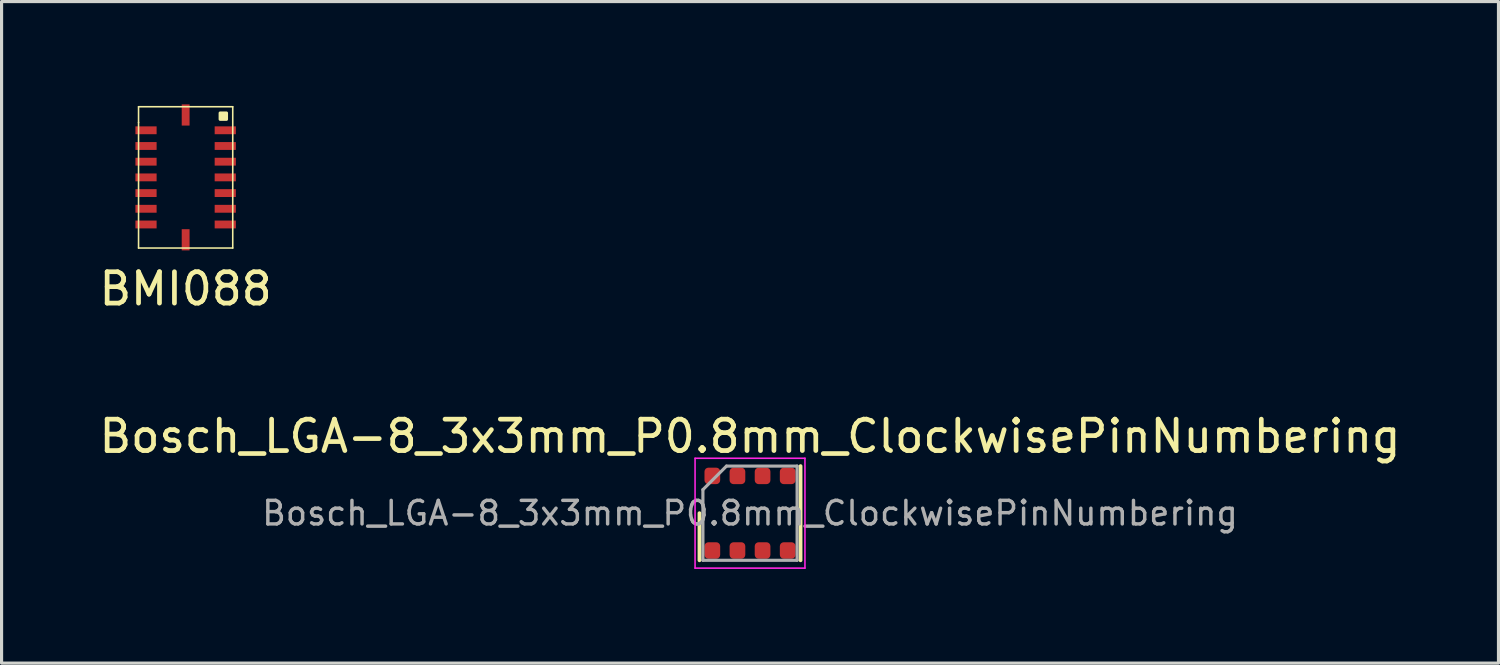
<source format=kicad_pcb>
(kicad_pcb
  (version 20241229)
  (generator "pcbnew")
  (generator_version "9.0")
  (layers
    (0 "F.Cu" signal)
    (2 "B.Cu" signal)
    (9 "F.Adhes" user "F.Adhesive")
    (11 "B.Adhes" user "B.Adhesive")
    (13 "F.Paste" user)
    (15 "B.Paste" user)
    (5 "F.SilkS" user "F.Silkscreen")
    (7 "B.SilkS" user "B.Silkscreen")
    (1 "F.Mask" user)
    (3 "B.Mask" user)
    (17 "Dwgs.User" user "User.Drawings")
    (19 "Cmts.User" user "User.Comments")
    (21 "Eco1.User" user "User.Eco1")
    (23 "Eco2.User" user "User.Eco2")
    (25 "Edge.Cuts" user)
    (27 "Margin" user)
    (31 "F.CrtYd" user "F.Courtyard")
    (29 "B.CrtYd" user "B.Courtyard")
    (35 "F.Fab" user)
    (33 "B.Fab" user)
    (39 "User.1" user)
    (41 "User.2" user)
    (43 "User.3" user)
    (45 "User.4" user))
  (footprint "BMI088"
    (layer "F.Cu")
    (at 2.863 0.25)
    (property "Reference" "BMI088" (at 0 5.9 0) (layer "F.SilkS") (effects (font (size 1 1) (thickness 0.15))))
    (attr through_hole)
    (fp_line (start -1.5 0.1) (end 1.5 0.1) (stroke (width 0.05) (type solid)) (layer "F.SilkS"))
    (fp_line (start -1.5 0.6) (end -1.5 0.1) (stroke (width 0.05) (type solid)) (layer "F.SilkS"))
    (fp_line (start -1.5 4.6) (end -1.5 0.6) (stroke (width 0.05) (type solid)) (layer "F.SilkS"))
    (fp_line (start 1.5 0.1) (end 1.5 4.6) (stroke (width 0.05) (type solid)) (layer "F.SilkS"))
    (fp_line (start 1.5 4.6) (end -1.5 4.6) (stroke (width 0.05) (type solid)) (layer "F.SilkS"))
    (fp_poly (pts (xy 1.3 0.5) (xy 1.1 0.5) (xy 1.1 0.3) (xy 1.3 0.3)) (stroke (width 0.1) (type solid)) (fill yes) (layer "F.SilkS"))
    (pad "1" smd rect (at 1.262 0.85) (size 0.675 0.25) (layers "F.Cu" "F.Mask" "F.Paste"))
    (pad "2" smd rect (at 1.262 1.35) (size 0.675 0.25) (layers "F.Cu" "F.Mask" "F.Paste"))
    (pad "3" smd rect (at 1.262 1.85) (size 0.675 0.25) (layers "F.Cu" "F.Mask" "F.Paste"))
    (pad "4" smd rect (at 1.262 2.35) (size 0.675 0.25) (layers "F.Cu" "F.Mask" "F.Paste"))
    (pad "5" smd rect (at 1.262 2.85) (size 0.675 0.25) (layers "F.Cu" "F.Mask" "F.Paste"))
    (pad "6" smd rect (at 1.262 3.35) (size 0.675 0.25) (layers "F.Cu" "F.Mask" "F.Paste"))
    (pad "7" smd rect (at 1.262 3.85) (size 0.675 0.25) (layers "F.Cu" "F.Mask" "F.Paste"))
    (pad "8" smd rect (at 0 4.338 90) (size 0.675 0.25) (layers "F.Cu" "F.Mask" "F.Paste"))
    (pad "9" smd rect (at -1.262 3.85 180) (size 0.675 0.25) (layers "F.Cu" "F.Mask" "F.Paste"))
    (pad "10" smd rect (at -1.262 3.35 180) (size 0.675 0.25) (layers "F.Cu" "F.Mask" "F.Paste"))
    (pad "11" smd rect (at -1.262 2.85 180) (size 0.675 0.25) (layers "F.Cu" "F.Mask" "F.Paste"))
    (pad "12" smd rect (at -1.262 2.35 180) (size 0.675 0.25) (layers "F.Cu" "F.Mask" "F.Paste"))
    (pad "13" smd rect (at -1.262 1.85 180) (size 0.675 0.25) (layers "F.Cu" "F.Mask" "F.Paste"))
    (pad "14" smd rect (at -1.262 1.35 180) (size 0.675 0.25) (layers "F.Cu" "F.Mask" "F.Paste"))
    (pad "15" smd rect (at -1.262 0.85 180) (size 0.675 0.25) (layers "F.Cu" "F.Mask" "F.Paste"))
    (pad "16" smd rect (at 0 0.362 270) (size 0.675 0.25) (layers "F.Cu" "F.Mask" "F.Paste")))
  (footprint "Bosch_LGA-8_3x3mm_P0.8mm_ClockwisePinNumbering"
    (layer "F.Cu")
    (at 20.839 13.296)
    (property "Reference" "Bosch_LGA-8_3x3mm_P0.8mm_ClockwisePinNumbering" (at 0 -2.45 0) (layer "F.SilkS") (effects (font (size 1 1) (thickness 0.15))))
    (attr smd)
    (fp_line (start -1.61 0) (end -1.61 1.5) (stroke (width 0.12) (type solid)) (layer "F.SilkS"))
    (fp_line (start 1.61 -1.5) (end 1.61 1.5) (stroke (width 0.12) (type solid)) (layer "F.SilkS"))
    (fp_line (start -1.75 -1.75) (end -1.75 1.75) (stroke (width 0.05) (type solid)) (layer "F.CrtYd"))
    (fp_line (start -1.75 1.75) (end 1.75 1.75) (stroke (width 0.05) (type solid)) (layer "F.CrtYd"))
    (fp_line (start 1.75 -1.75) (end -1.75 -1.75) (stroke (width 0.05) (type solid)) (layer "F.CrtYd"))
    (fp_line (start 1.75 1.75) (end 1.75 -1.75) (stroke (width 0.05) (type solid)) (layer "F.CrtYd"))
    (fp_line (start -1.5 -0.75) (end -0.75 -1.5) (stroke (width 0.1) (type solid)) (layer "F.Fab"))
    (fp_line (start -1.5 1.5) (end -1.5 -0.75) (stroke (width 0.1) (type solid)) (layer "F.Fab"))
    (fp_line (start -0.75 -1.5) (end 1.5 -1.5) (stroke (width 0.1) (type solid)) (layer "F.Fab"))
    (fp_line (start 1.5 -1.5) (end 1.5 1.5) (stroke (width 0.1) (type solid)) (layer "F.Fab"))
    (fp_line (start 1.5 1.5) (end -1.5 1.5) (stroke (width 0.1) (type solid)) (layer "F.Fab"))
    (fp_text user "${REFERENCE}" (at 0 0 0) (layer "F.Fab") (effects (font (size 0.75 0.75) (thickness 0.11))))
    (pad "1" smd roundrect (at -1.2 -1.188) (size 0.5 0.525) (layers "F.Cu" "F.Mask" "F.Paste") (roundrect_rratio 0.25))
    (pad "2" smd roundrect (at -0.4 -1.188) (size 0.5 0.525) (layers "F.Cu" "F.Mask" "F.Paste") (roundrect_rratio 0.25))
    (pad "3" smd roundrect (at 0.4 -1.188) (size 0.5 0.525) (layers "F.Cu" "F.Mask" "F.Paste") (roundrect_rratio 0.25))
    (pad "4" smd roundrect (at 1.2 -1.188) (size 0.5 0.525) (layers "F.Cu" "F.Mask" "F.Paste") (roundrect_rratio 0.25))
    (pad "5" smd roundrect (at 1.2 1.188) (size 0.5 0.525) (layers "F.Cu" "F.Mask" "F.Paste") (roundrect_rratio 0.25))
    (pad "6" smd roundrect (at 0.4 1.188) (size 0.5 0.525) (layers "F.Cu" "F.Mask" "F.Paste") (roundrect_rratio 0.25))
    (pad "7" smd roundrect (at -0.4 1.188) (size 0.5 0.525) (layers "F.Cu" "F.Mask" "F.Paste") (roundrect_rratio 0.25))
    (pad "8" smd roundrect (at -1.2 1.188) (size 0.5 0.525) (layers "F.Cu" "F.Mask" "F.Paste") (roundrect_rratio 0.25)))
  (gr_rect
    (start -3 -3)
    (end 44.679 18.072)
    (stroke (width 0.1) (type default))
    (fill no)
    (layer "Edge.Cuts")))
</source>
